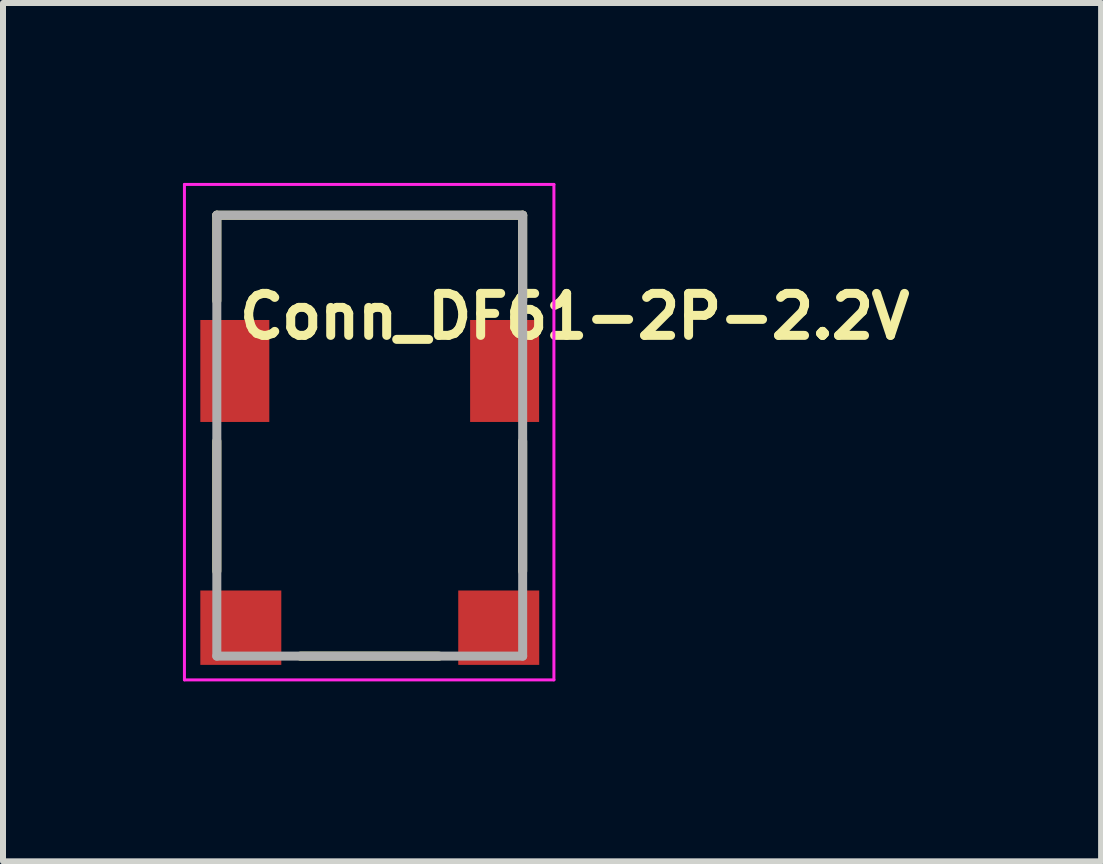
<source format=kicad_pcb>
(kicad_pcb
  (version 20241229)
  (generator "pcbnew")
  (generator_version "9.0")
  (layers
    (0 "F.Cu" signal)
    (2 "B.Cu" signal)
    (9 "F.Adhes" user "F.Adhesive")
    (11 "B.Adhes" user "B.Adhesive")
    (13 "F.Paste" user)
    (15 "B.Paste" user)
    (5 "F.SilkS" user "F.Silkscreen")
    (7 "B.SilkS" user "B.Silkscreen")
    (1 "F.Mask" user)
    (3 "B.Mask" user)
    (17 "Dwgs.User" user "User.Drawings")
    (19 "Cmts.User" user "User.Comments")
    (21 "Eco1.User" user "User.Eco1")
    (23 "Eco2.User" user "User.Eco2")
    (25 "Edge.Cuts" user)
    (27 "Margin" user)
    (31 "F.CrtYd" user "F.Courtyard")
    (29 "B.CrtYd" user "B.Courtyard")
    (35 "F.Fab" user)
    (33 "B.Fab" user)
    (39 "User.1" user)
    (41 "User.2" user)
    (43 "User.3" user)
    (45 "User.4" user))
  (footprint "Conn_DF61-2P-2.2V"
    (layer "F.Cu")
    (at 0.865 3.135)
    (property "Reference" "Conn_DF61-2P-2.2V" (at 0 -0.5 0) (unlocked yes) (layer "F.SilkS") (effects (font (size 0.7 0.7) (thickness 0.15)) (justify left bottom)))
    (attr smd)
    (fp_line (start -0.3 -2.597) (end -0.3 -1.17) (stroke (width 0.15) (type solid)) (layer "F.SilkS"))
    (fp_line (start -0.3 1.169) (end -0.3 3.338) (stroke (width 0.15) (type solid)) (layer "F.SilkS"))
    (fp_line (start 1.094 4.754) (end 3.403 4.754) (stroke (width 0.15) (type solid)) (layer "F.SilkS"))
    (fp_line (start 4.799 -2.597) (end -0.3 -2.597) (stroke (width 0.15) (type solid)) (layer "F.SilkS"))
    (fp_line (start 4.799 -1.17) (end 4.799 -2.597) (stroke (width 0.15) (type solid)) (layer "F.SilkS"))
    (fp_line (start 4.799 1.169) (end 4.799 3.338) (stroke (width 0.15) (type solid)) (layer "F.SilkS"))
    (fp_line (start -0.84 -3.11) (end -0.84 5.15) (stroke (width 0.05) (type solid)) (layer "F.CrtYd"))
    (fp_line (start -0.84 5.15) (end 5.32 5.15) (stroke (width 0.05) (type solid)) (layer "F.CrtYd"))
    (fp_line (start 5.32 -3.11) (end -0.84 -3.11) (stroke (width 0.05) (type solid)) (layer "F.CrtYd"))
    (fp_line (start 5.32 5.15) (end 5.32 -3.11) (stroke (width 0.05) (type solid)) (layer "F.CrtYd"))
    (fp_line (start -0.3 -2.597) (end -0.3 4.754) (stroke (width 0.15) (type solid)) (layer "F.Fab"))
    (fp_line (start -0.3 4.754) (end 4.799 4.754) (stroke (width 0.15) (type solid)) (layer "F.Fab"))
    (fp_line (start 4.799 -2.597) (end -0.3 -2.597) (stroke (width 0.15) (type solid)) (layer "F.Fab"))
    (fp_line (start 4.799 4.754) (end 4.799 -2.597) (stroke (width 0.15) (type solid)) (layer "F.Fab"))
    (pad "1" smd rect (at 0 0) (size 1.15 1.7) (layers "F.Cu" "F.Mask" "F.Paste"))
    (pad "2" smd rect (at 4.498 0) (size 1.15 1.7) (layers "F.Cu" "F.Mask" "F.Paste"))
    (pad "MH" smd rect (at 0.1 4.28) (size 1.35 1.24) (layers "F.Cu" "F.Mask" "F.Paste"))
    (pad "MH" smd rect (at 4.4 4.28) (size 1.35 1.24) (layers "F.Cu" "F.Mask" "F.Paste"))
    (zone (net_name "") (layer "F.Cu") (hatch full 0.508) (connect_pads) (min_thickness 0.01) (filled_areas_thickness no) (keepout (tracks not_allowed) (vias not_allowed) (pads not_allowed) (copperpour not_allowed) (footprints allowed)) (placement (enabled no)) (fill) (polygon (pts (xy 0.289 2.234) (xy 1.49 2.234) (xy 1.49 6.795) (xy 4.737 6.795) (xy 4.737 2.234) (xy 5.94 2.234) (xy 5.94 0.284) (xy 0.289 0.284)))))
  (gr_rect
    (start -3 -3)
    (end 15.308 11.31)
    (stroke (width 0.1) (type default))
    (fill no)
    (layer "Edge.Cuts")))
</source>
